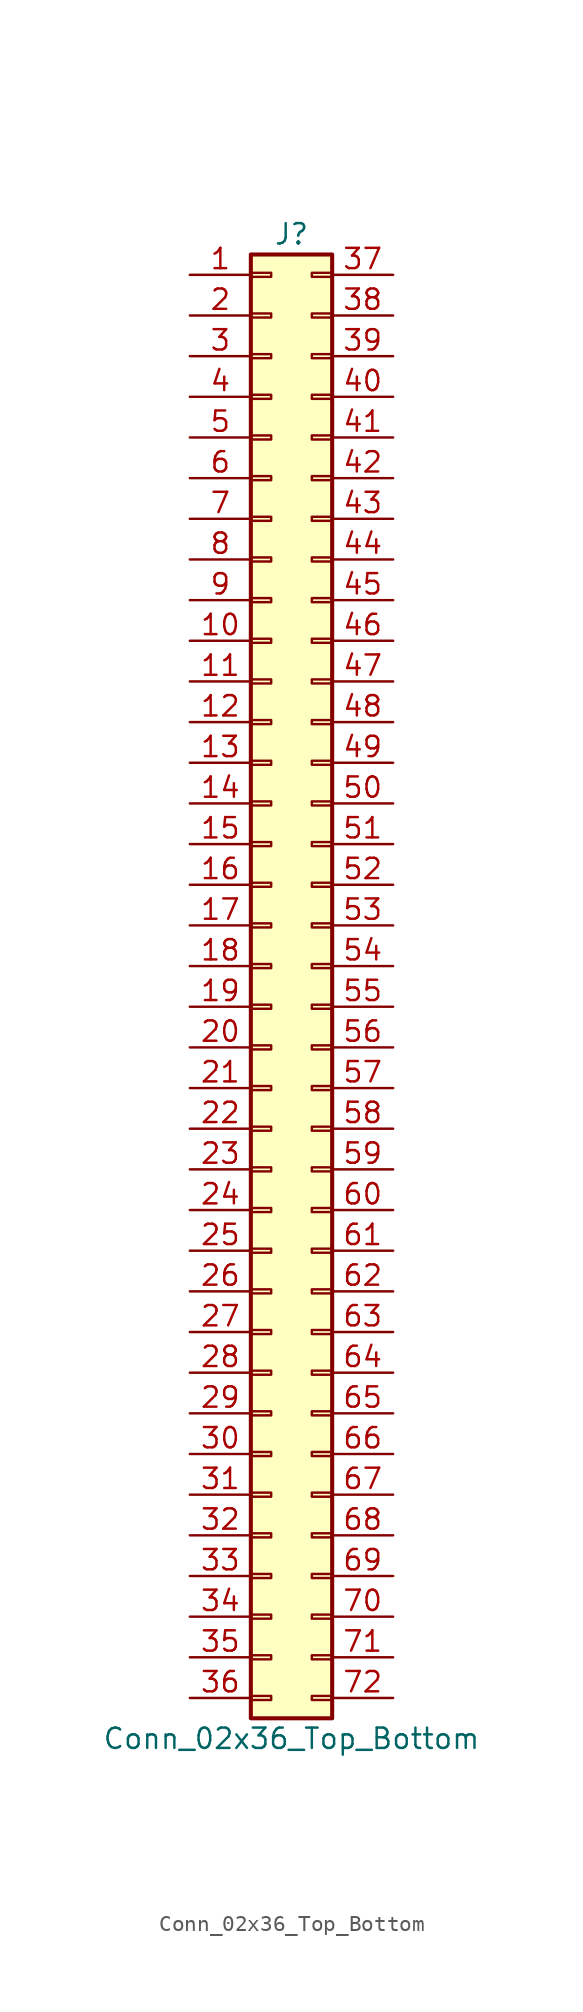
<source format=kicad_sym>
(kicad_symbol_lib
  (version 20201005)
  (generator kicad_symbol_editor)
  (symbol "Connector_Generic:Conn_02x36_Top_Bottom"
    (pin_names
      (offset 1.016) hide)
    (property "Reference" "J"
      (at 1.27 45.72 0)
      (effects (font (size 1.27 1.27))))
    (property "Value" "Conn_02x36_Top_Bottom"
      (at 1.27 -48.26 0)
      (effects (font (size 1.27 1.27))))
    (symbol "Conn_02x36_Top_Bottom_1_1"
      (rectangle (start -1.27 -27.813) (end 0 -28.067) (stroke (width 0.152)) (fill (type none)))
      (rectangle (start -1.27 -30.353) (end 0 -30.607) (stroke (width 0.152)) (fill (type none)))
      (rectangle (start -1.27 -32.893) (end 0 -33.147) (stroke (width 0.152)) (fill (type none)))
      (rectangle (start -1.27 -35.433) (end 0 -35.687) (stroke (width 0.152)) (fill (type none)))
      (rectangle (start -1.27 -37.973) (end 0 -38.227) (stroke (width 0.152)) (fill (type none)))
      (rectangle (start -1.27 -40.513) (end 0 -40.767) (stroke (width 0.152)) (fill (type none)))
      (rectangle (start -1.27 -43.053) (end 0 -43.307) (stroke (width 0.152)) (fill (type none)))
      (rectangle (start -1.27 -45.593) (end 0 -45.847) (stroke (width 0.152)) (fill (type none)))
      (rectangle (start -1.27 -4.953) (end 0 -5.207) (stroke (width 0.152)) (fill (type none)))
      (rectangle (start -1.27 -7.493) (end 0 -7.747) (stroke (width 0.152)) (fill (type none)))
      (rectangle (start -1.27 -10.033) (end 0 -10.287) (stroke (width 0.152)) (fill (type none)))
      (rectangle (start -1.27 -12.573) (end 0 -12.827) (stroke (width 0.152)) (fill (type none)))
      (rectangle (start -1.27 -15.113) (end 0 -15.367) (stroke (width 0.152)) (fill (type none)))
      (rectangle (start -1.27 -17.653) (end 0 -17.907) (stroke (width 0.152)) (fill (type none)))
      (rectangle (start -1.27 -20.193) (end 0 -20.447) (stroke (width 0.152)) (fill (type none)))
      (rectangle (start -1.27 -22.733) (end 0 -22.987) (stroke (width 0.152)) (fill (type none)))
      (rectangle (start -1.27 -2.413) (end 0 -2.667) (stroke (width 0.152)) (fill (type none)))
      (rectangle (start -1.27 -25.273) (end 0 -25.527) (stroke (width 0.152)) (fill (type none)))
      (rectangle (start -1.27 25.527) (end 0 25.273) (stroke (width 0.152)) (fill (type none)))
      (rectangle (start -1.27 2.667) (end 0 2.413) (stroke (width 0.152)) (fill (type none)))
      (rectangle (start -1.27 28.067) (end 0 27.813) (stroke (width 0.152)) (fill (type none)))
      (rectangle (start -1.27 30.607) (end 0 30.353) (stroke (width 0.152)) (fill (type none)))
      (rectangle (start -1.27 33.147) (end 0 32.893) (stroke (width 0.152)) (fill (type none)))
      (rectangle (start -1.27 35.687) (end 0 35.433) (stroke (width 0.152)) (fill (type none)))
      (rectangle (start -1.27 38.227) (end 0 37.973) (stroke (width 0.152)) (fill (type none)))
      (rectangle (start -1.27 40.767) (end 0 40.513) (stroke (width 0.152)) (fill (type none)))
      (rectangle (start -1.27 43.307) (end 0 43.053) (stroke (width 0.152)) (fill (type none)))
      (rectangle (start -1.27 44.45) (end 3.81 -46.99) (stroke (width 0.254)) (fill (type background)))
      (rectangle (start -1.27 5.207) (end 0 4.953) (stroke (width 0.152)) (fill (type none)))
      (rectangle (start -1.27 7.747) (end 0 7.493) (stroke (width 0.152)) (fill (type none)))
      (rectangle (start -1.27 10.287) (end 0 10.033) (stroke (width 0.152)) (fill (type none)))
      (rectangle (start -1.27 0.127) (end 0 -0.127) (stroke (width 0.152)) (fill (type none)))
      (rectangle (start -1.27 12.827) (end 0 12.573) (stroke (width 0.152)) (fill (type none)))
      (rectangle (start -1.27 15.367) (end 0 15.113) (stroke (width 0.152)) (fill (type none)))
      (rectangle (start -1.27 17.907) (end 0 17.653) (stroke (width 0.152)) (fill (type none)))
      (rectangle (start -1.27 20.447) (end 0 20.193) (stroke (width 0.152)) (fill (type none)))
      (rectangle (start -1.27 22.987) (end 0 22.733) (stroke (width 0.152)) (fill (type none)))
      (rectangle (start 3.81 -27.813) (end 2.54 -28.067) (stroke (width 0.152)) (fill (type none)))
      (rectangle (start 3.81 -30.353) (end 2.54 -30.607) (stroke (width 0.152)) (fill (type none)))
      (rectangle (start 3.81 -32.893) (end 2.54 -33.147) (stroke (width 0.152)) (fill (type none)))
      (rectangle (start 3.81 -35.433) (end 2.54 -35.687) (stroke (width 0.152)) (fill (type none)))
      (rectangle (start 3.81 -37.973) (end 2.54 -38.227) (stroke (width 0.152)) (fill (type none)))
      (rectangle (start 3.81 -40.513) (end 2.54 -40.767) (stroke (width 0.152)) (fill (type none)))
      (rectangle (start 3.81 -43.053) (end 2.54 -43.307) (stroke (width 0.152)) (fill (type none)))
      (rectangle (start 3.81 -45.593) (end 2.54 -45.847) (stroke (width 0.152)) (fill (type none)))
      (rectangle (start 3.81 -4.953) (end 2.54 -5.207) (stroke (width 0.152)) (fill (type none)))
      (rectangle (start 3.81 -7.493) (end 2.54 -7.747) (stroke (width 0.152)) (fill (type none)))
      (rectangle (start 3.81 -10.033) (end 2.54 -10.287) (stroke (width 0.152)) (fill (type none)))
      (rectangle (start 3.81 -12.573) (end 2.54 -12.827) (stroke (width 0.152)) (fill (type none)))
      (rectangle (start 3.81 -15.113) (end 2.54 -15.367) (stroke (width 0.152)) (fill (type none)))
      (rectangle (start 3.81 -17.653) (end 2.54 -17.907) (stroke (width 0.152)) (fill (type none)))
      (rectangle (start 3.81 -20.193) (end 2.54 -20.447) (stroke (width 0.152)) (fill (type none)))
      (rectangle (start 3.81 -22.733) (end 2.54 -22.987) (stroke (width 0.152)) (fill (type none)))
      (rectangle (start 3.81 -2.413) (end 2.54 -2.667) (stroke (width 0.152)) (fill (type none)))
      (rectangle (start 3.81 -25.273) (end 2.54 -25.527) (stroke (width 0.152)) (fill (type none)))
      (rectangle (start 3.81 25.527) (end 2.54 25.273) (stroke (width 0.152)) (fill (type none)))
      (rectangle (start 3.81 2.667) (end 2.54 2.413) (stroke (width 0.152)) (fill (type none)))
      (rectangle (start 3.81 28.067) (end 2.54 27.813) (stroke (width 0.152)) (fill (type none)))
      (rectangle (start 3.81 30.607) (end 2.54 30.353) (stroke (width 0.152)) (fill (type none)))
      (rectangle (start 3.81 33.147) (end 2.54 32.893) (stroke (width 0.152)) (fill (type none)))
      (rectangle (start 3.81 35.687) (end 2.54 35.433) (stroke (width 0.152)) (fill (type none)))
      (rectangle (start 3.81 38.227) (end 2.54 37.973) (stroke (width 0.152)) (fill (type none)))
      (rectangle (start 3.81 40.767) (end 2.54 40.513) (stroke (width 0.152)) (fill (type none)))
      (rectangle (start 3.81 43.307) (end 2.54 43.053) (stroke (width 0.152)) (fill (type none)))
      (rectangle (start 3.81 5.207) (end 2.54 4.953) (stroke (width 0.152)) (fill (type none)))
      (rectangle (start 3.81 7.747) (end 2.54 7.493) (stroke (width 0.152)) (fill (type none)))
      (rectangle (start 3.81 10.287) (end 2.54 10.033) (stroke (width 0.152)) (fill (type none)))
      (rectangle (start 3.81 0.127) (end 2.54 -0.127) (stroke (width 0.152)) (fill (type none)))
      (rectangle (start 3.81 12.827) (end 2.54 12.573) (stroke (width 0.152)) (fill (type none)))
      (rectangle (start 3.81 15.367) (end 2.54 15.113) (stroke (width 0.152)) (fill (type none)))
      (rectangle (start 3.81 17.907) (end 2.54 17.653) (stroke (width 0.152)) (fill (type none)))
      (rectangle (start 3.81 20.447) (end 2.54 20.193) (stroke (width 0.152)) (fill (type none)))
      (rectangle (start 3.81 22.987) (end 2.54 22.733) (stroke (width 0.152)) (fill (type none)))
      (pin passive line (at -5.08 43.18 0) (length 3.81) (name "Pin_1" (effects (font (size 1.27 1.27)))) (number "1" (effects (font (size 1.27 1.27)))))
      (pin passive line (at -5.08 20.32 0) (length 3.81) (name "Pin_10" (effects (font (size 1.27 1.27)))) (number "10" (effects (font (size 1.27 1.27)))))
      (pin passive line (at -5.08 17.78 0) (length 3.81) (name "Pin_11" (effects (font (size 1.27 1.27)))) (number "11" (effects (font (size 1.27 1.27)))))
      (pin passive line (at -5.08 15.24 0) (length 3.81) (name "Pin_12" (effects (font (size 1.27 1.27)))) (number "12" (effects (font (size 1.27 1.27)))))
      (pin passive line (at -5.08 12.7 0) (length 3.81) (name "Pin_13" (effects (font (size 1.27 1.27)))) (number "13" (effects (font (size 1.27 1.27)))))
      (pin passive line (at -5.08 10.16 0) (length 3.81) (name "Pin_14" (effects (font (size 1.27 1.27)))) (number "14" (effects (font (size 1.27 1.27)))))
      (pin passive line (at -5.08 7.62 0) (length 3.81) (name "Pin_15" (effects (font (size 1.27 1.27)))) (number "15" (effects (font (size 1.27 1.27)))))
      (pin passive line (at -5.08 5.08 0) (length 3.81) (name "Pin_16" (effects (font (size 1.27 1.27)))) (number "16" (effects (font (size 1.27 1.27)))))
      (pin passive line (at -5.08 2.54 0) (length 3.81) (name "Pin_17" (effects (font (size 1.27 1.27)))) (number "17" (effects (font (size 1.27 1.27)))))
      (pin passive line (at -5.08 0 0) (length 3.81) (name "Pin_18" (effects (font (size 1.27 1.27)))) (number "18" (effects (font (size 1.27 1.27)))))
      (pin passive line (at -5.08 -2.54 0) (length 3.81) (name "Pin_19" (effects (font (size 1.27 1.27)))) (number "19" (effects (font (size 1.27 1.27)))))
      (pin passive line (at -5.08 40.64 0) (length 3.81) (name "Pin_2" (effects (font (size 1.27 1.27)))) (number "2" (effects (font (size 1.27 1.27)))))
      (pin passive line (at -5.08 -5.08 0) (length 3.81) (name "Pin_20" (effects (font (size 1.27 1.27)))) (number "20" (effects (font (size 1.27 1.27)))))
      (pin passive line (at -5.08 -7.62 0) (length 3.81) (name "Pin_21" (effects (font (size 1.27 1.27)))) (number "21" (effects (font (size 1.27 1.27)))))
      (pin passive line (at -5.08 -10.16 0) (length 3.81) (name "Pin_22" (effects (font (size 1.27 1.27)))) (number "22" (effects (font (size 1.27 1.27)))))
      (pin passive line (at -5.08 -12.7 0) (length 3.81) (name "Pin_23" (effects (font (size 1.27 1.27)))) (number "23" (effects (font (size 1.27 1.27)))))
      (pin passive line (at -5.08 -15.24 0) (length 3.81) (name "Pin_24" (effects (font (size 1.27 1.27)))) (number "24" (effects (font (size 1.27 1.27)))))
      (pin passive line (at -5.08 -17.78 0) (length 3.81) (name "Pin_25" (effects (font (size 1.27 1.27)))) (number "25" (effects (font (size 1.27 1.27)))))
      (pin passive line (at -5.08 -20.32 0) (length 3.81) (name "Pin_26" (effects (font (size 1.27 1.27)))) (number "26" (effects (font (size 1.27 1.27)))))
      (pin passive line (at -5.08 -22.86 0) (length 3.81) (name "Pin_27" (effects (font (size 1.27 1.27)))) (number "27" (effects (font (size 1.27 1.27)))))
      (pin passive line (at -5.08 -25.4 0) (length 3.81) (name "Pin_28" (effects (font (size 1.27 1.27)))) (number "28" (effects (font (size 1.27 1.27)))))
      (pin passive line (at -5.08 -27.94 0) (length 3.81) (name "Pin_29" (effects (font (size 1.27 1.27)))) (number "29" (effects (font (size 1.27 1.27)))))
      (pin passive line (at -5.08 38.1 0) (length 3.81) (name "Pin_3" (effects (font (size 1.27 1.27)))) (number "3" (effects (font (size 1.27 1.27)))))
      (pin passive line (at -5.08 -30.48 0) (length 3.81) (name "Pin_30" (effects (font (size 1.27 1.27)))) (number "30" (effects (font (size 1.27 1.27)))))
      (pin passive line (at -5.08 -33.02 0) (length 3.81) (name "Pin_31" (effects (font (size 1.27 1.27)))) (number "31" (effects (font (size 1.27 1.27)))))
      (pin passive line (at -5.08 -35.56 0) (length 3.81) (name "Pin_32" (effects (font (size 1.27 1.27)))) (number "32" (effects (font (size 1.27 1.27)))))
      (pin passive line (at -5.08 -38.1 0) (length 3.81) (name "Pin_33" (effects (font (size 1.27 1.27)))) (number "33" (effects (font (size 1.27 1.27)))))
      (pin passive line (at -5.08 -40.64 0) (length 3.81) (name "Pin_34" (effects (font (size 1.27 1.27)))) (number "34" (effects (font (size 1.27 1.27)))))
      (pin passive line (at -5.08 -43.18 0) (length 3.81) (name "Pin_35" (effects (font (size 1.27 1.27)))) (number "35" (effects (font (size 1.27 1.27)))))
      (pin passive line (at -5.08 -45.72 0) (length 3.81) (name "Pin_36" (effects (font (size 1.27 1.27)))) (number "36" (effects (font (size 1.27 1.27)))))
      (pin passive line (at 7.62 43.18 180) (length 3.81) (name "Pin_37" (effects (font (size 1.27 1.27)))) (number "37" (effects (font (size 1.27 1.27)))))
      (pin passive line (at 7.62 40.64 180) (length 3.81) (name "Pin_38" (effects (font (size 1.27 1.27)))) (number "38" (effects (font (size 1.27 1.27)))))
      (pin passive line (at 7.62 38.1 180) (length 3.81) (name "Pin_39" (effects (font (size 1.27 1.27)))) (number "39" (effects (font (size 1.27 1.27)))))
      (pin passive line (at -5.08 35.56 0) (length 3.81) (name "Pin_4" (effects (font (size 1.27 1.27)))) (number "4" (effects (font (size 1.27 1.27)))))
      (pin passive line (at 7.62 35.56 180) (length 3.81) (name "Pin_40" (effects (font (size 1.27 1.27)))) (number "40" (effects (font (size 1.27 1.27)))))
      (pin passive line (at 7.62 33.02 180) (length 3.81) (name "Pin_41" (effects (font (size 1.27 1.27)))) (number "41" (effects (font (size 1.27 1.27)))))
      (pin passive line (at 7.62 30.48 180) (length 3.81) (name "Pin_42" (effects (font (size 1.27 1.27)))) (number "42" (effects (font (size 1.27 1.27)))))
      (pin passive line (at 7.62 27.94 180) (length 3.81) (name "Pin_43" (effects (font (size 1.27 1.27)))) (number "43" (effects (font (size 1.27 1.27)))))
      (pin passive line (at 7.62 25.4 180) (length 3.81) (name "Pin_44" (effects (font (size 1.27 1.27)))) (number "44" (effects (font (size 1.27 1.27)))))
      (pin passive line (at 7.62 22.86 180) (length 3.81) (name "Pin_45" (effects (font (size 1.27 1.27)))) (number "45" (effects (font (size 1.27 1.27)))))
      (pin passive line (at 7.62 20.32 180) (length 3.81) (name "Pin_46" (effects (font (size 1.27 1.27)))) (number "46" (effects (font (size 1.27 1.27)))))
      (pin passive line (at 7.62 17.78 180) (length 3.81) (name "Pin_47" (effects (font (size 1.27 1.27)))) (number "47" (effects (font (size 1.27 1.27)))))
      (pin passive line (at 7.62 15.24 180) (length 3.81) (name "Pin_48" (effects (font (size 1.27 1.27)))) (number "48" (effects (font (size 1.27 1.27)))))
      (pin passive line (at 7.62 12.7 180) (length 3.81) (name "Pin_49" (effects (font (size 1.27 1.27)))) (number "49" (effects (font (size 1.27 1.27)))))
      (pin passive line (at -5.08 33.02 0) (length 3.81) (name "Pin_5" (effects (font (size 1.27 1.27)))) (number "5" (effects (font (size 1.27 1.27)))))
      (pin passive line (at 7.62 10.16 180) (length 3.81) (name "Pin_50" (effects (font (size 1.27 1.27)))) (number "50" (effects (font (size 1.27 1.27)))))
      (pin passive line (at 7.62 7.62 180) (length 3.81) (name "Pin_51" (effects (font (size 1.27 1.27)))) (number "51" (effects (font (size 1.27 1.27)))))
      (pin passive line (at 7.62 5.08 180) (length 3.81) (name "Pin_52" (effects (font (size 1.27 1.27)))) (number "52" (effects (font (size 1.27 1.27)))))
      (pin passive line (at 7.62 2.54 180) (length 3.81) (name "Pin_53" (effects (font (size 1.27 1.27)))) (number "53" (effects (font (size 1.27 1.27)))))
      (pin passive line (at 7.62 0 180) (length 3.81) (name "Pin_54" (effects (font (size 1.27 1.27)))) (number "54" (effects (font (size 1.27 1.27)))))
      (pin passive line (at 7.62 -2.54 180) (length 3.81) (name "Pin_55" (effects (font (size 1.27 1.27)))) (number "55" (effects (font (size 1.27 1.27)))))
      (pin passive line (at 7.62 -5.08 180) (length 3.81) (name "Pin_56" (effects (font (size 1.27 1.27)))) (number "56" (effects (font (size 1.27 1.27)))))
      (pin passive line (at 7.62 -7.62 180) (length 3.81) (name "Pin_57" (effects (font (size 1.27 1.27)))) (number "57" (effects (font (size 1.27 1.27)))))
      (pin passive line (at 7.62 -10.16 180) (length 3.81) (name "Pin_58" (effects (font (size 1.27 1.27)))) (number "58" (effects (font (size 1.27 1.27)))))
      (pin passive line (at 7.62 -12.7 180) (length 3.81) (name "Pin_59" (effects (font (size 1.27 1.27)))) (number "59" (effects (font (size 1.27 1.27)))))
      (pin passive line (at -5.08 30.48 0) (length 3.81) (name "Pin_6" (effects (font (size 1.27 1.27)))) (number "6" (effects (font (size 1.27 1.27)))))
      (pin passive line (at 7.62 -15.24 180) (length 3.81) (name "Pin_60" (effects (font (size 1.27 1.27)))) (number "60" (effects (font (size 1.27 1.27)))))
      (pin passive line (at 7.62 -17.78 180) (length 3.81) (name "Pin_61" (effects (font (size 1.27 1.27)))) (number "61" (effects (font (size 1.27 1.27)))))
      (pin passive line (at 7.62 -20.32 180) (length 3.81) (name "Pin_62" (effects (font (size 1.27 1.27)))) (number "62" (effects (font (size 1.27 1.27)))))
      (pin passive line (at 7.62 -22.86 180) (length 3.81) (name "Pin_63" (effects (font (size 1.27 1.27)))) (number "63" (effects (font (size 1.27 1.27)))))
      (pin passive line (at 7.62 -25.4 180) (length 3.81) (name "Pin_64" (effects (font (size 1.27 1.27)))) (number "64" (effects (font (size 1.27 1.27)))))
      (pin passive line (at 7.62 -27.94 180) (length 3.81) (name "Pin_65" (effects (font (size 1.27 1.27)))) (number "65" (effects (font (size 1.27 1.27)))))
      (pin passive line (at 7.62 -30.48 180) (length 3.81) (name "Pin_66" (effects (font (size 1.27 1.27)))) (number "66" (effects (font (size 1.27 1.27)))))
      (pin passive line (at 7.62 -33.02 180) (length 3.81) (name "Pin_67" (effects (font (size 1.27 1.27)))) (number "67" (effects (font (size 1.27 1.27)))))
      (pin passive line (at 7.62 -35.56 180) (length 3.81) (name "Pin_68" (effects (font (size 1.27 1.27)))) (number "68" (effects (font (size 1.27 1.27)))))
      (pin passive line (at 7.62 -38.1 180) (length 3.81) (name "Pin_69" (effects (font (size 1.27 1.27)))) (number "69" (effects (font (size 1.27 1.27)))))
      (pin passive line (at -5.08 27.94 0) (length 3.81) (name "Pin_7" (effects (font (size 1.27 1.27)))) (number "7" (effects (font (size 1.27 1.27)))))
      (pin passive line (at 7.62 -40.64 180) (length 3.81) (name "Pin_70" (effects (font (size 1.27 1.27)))) (number "70" (effects (font (size 1.27 1.27)))))
      (pin passive line (at 7.62 -43.18 180) (length 3.81) (name "Pin_71" (effects (font (size 1.27 1.27)))) (number "71" (effects (font (size 1.27 1.27)))))
      (pin passive line (at 7.62 -45.72 180) (length 3.81) (name "Pin_72" (effects (font (size 1.27 1.27)))) (number "72" (effects (font (size 1.27 1.27)))))
      (pin passive line (at -5.08 25.4 0) (length 3.81) (name "Pin_8" (effects (font (size 1.27 1.27)))) (number "8" (effects (font (size 1.27 1.27)))))
      (pin passive line (at -5.08 22.86 0) (length 3.81) (name "Pin_9" (effects (font (size 1.27 1.27)))) (number "9" (effects (font (size 1.27 1.27))))))))
</source>
